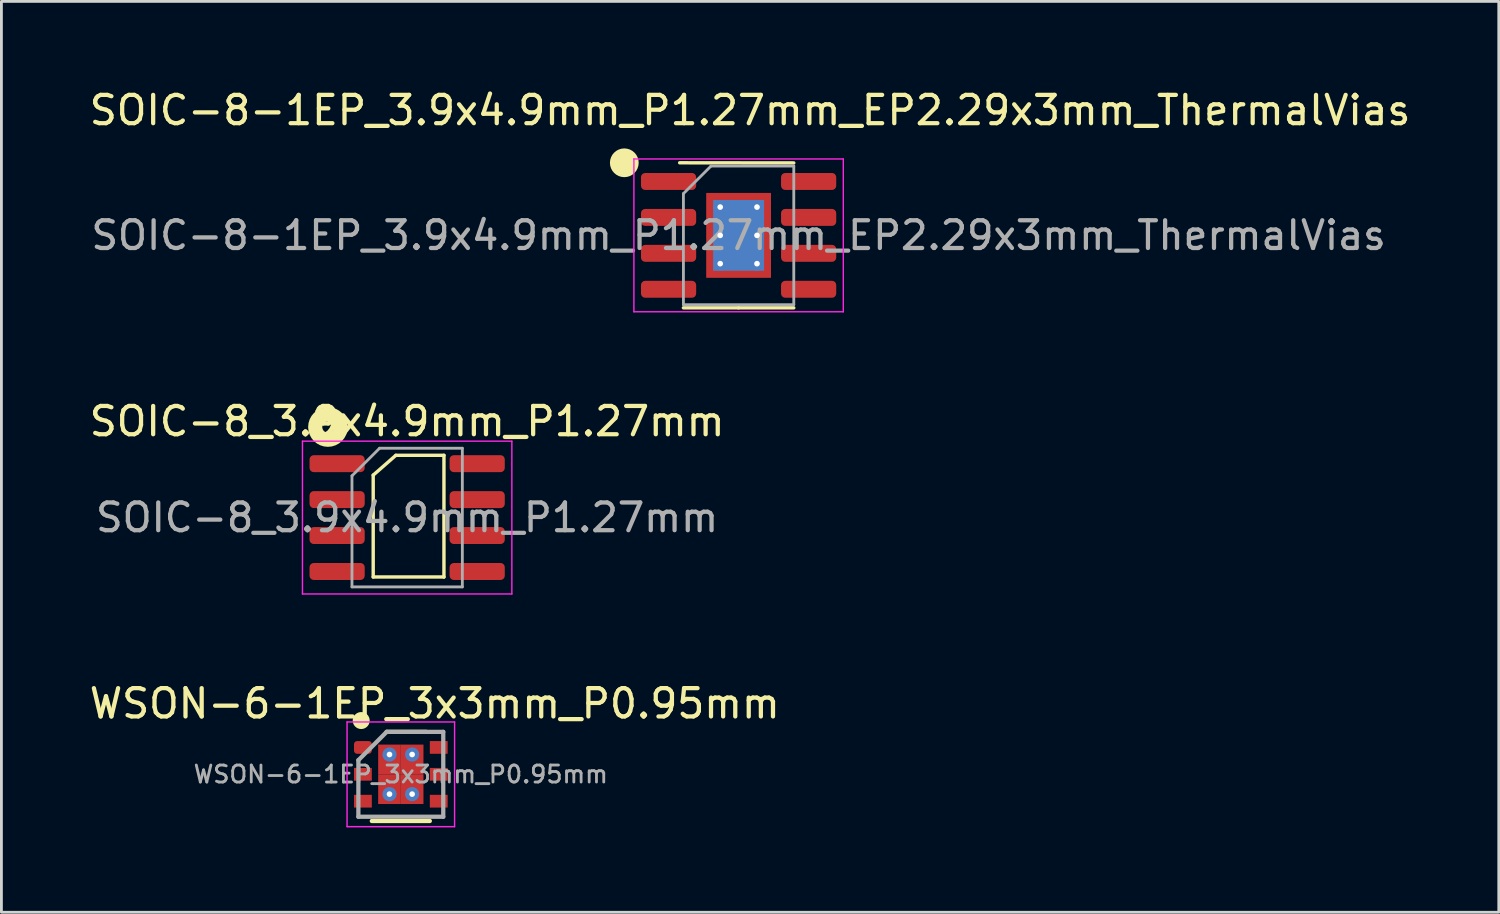
<source format=kicad_pcb>
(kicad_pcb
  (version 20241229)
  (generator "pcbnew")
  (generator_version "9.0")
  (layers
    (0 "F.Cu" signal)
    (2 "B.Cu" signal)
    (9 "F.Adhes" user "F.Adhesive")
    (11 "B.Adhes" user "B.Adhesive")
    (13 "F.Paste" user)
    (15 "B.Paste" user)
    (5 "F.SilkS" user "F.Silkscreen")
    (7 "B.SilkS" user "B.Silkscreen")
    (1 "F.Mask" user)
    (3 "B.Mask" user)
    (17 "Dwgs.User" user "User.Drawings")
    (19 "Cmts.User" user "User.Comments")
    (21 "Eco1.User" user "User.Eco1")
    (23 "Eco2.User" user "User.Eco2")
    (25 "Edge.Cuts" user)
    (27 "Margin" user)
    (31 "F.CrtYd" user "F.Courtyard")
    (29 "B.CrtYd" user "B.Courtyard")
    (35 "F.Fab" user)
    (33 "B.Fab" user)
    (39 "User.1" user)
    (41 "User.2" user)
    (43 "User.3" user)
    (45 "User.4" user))
  (footprint "SOIC-8-1EP_3.9x4.9mm_P1.27mm_EP2.29x3mm_ThermalVias"
    (layer "F.Cu")
    (at 23.052 5.268)
    (property "Reference" "SOIC-8-1EP_3.9x4.9mm_P1.27mm_EP2.29x3mm_ThermalVias" (at 0.406 -4.42 0) (layer "F.SilkS") (effects (font (size 1 1) (thickness 0.15))))
    (attr smd)
    (fp_line (start -2.083 -2.565) (end 1.95 -2.56) (stroke (width 0.12) (type solid)) (layer "F.SilkS"))
    (fp_line (start 0 2.56) (end -1.95 2.56) (stroke (width 0.12) (type solid)) (layer "F.SilkS"))
    (fp_line (start 0 2.56) (end 1.95 2.56) (stroke (width 0.12) (type solid)) (layer "F.SilkS"))
    (fp_circle (center -4.039 -2.565) (end -3.785 -2.565) (stroke (width 0.508) (type solid)) (fill no) (layer "F.SilkS"))
    (fp_line (start -3.7 -2.7) (end -3.7 2.7) (stroke (width 0.05) (type solid)) (layer "F.CrtYd"))
    (fp_line (start -3.7 2.7) (end 3.7 2.7) (stroke (width 0.05) (type solid)) (layer "F.CrtYd"))
    (fp_line (start 3.7 -2.7) (end -3.7 -2.7) (stroke (width 0.05) (type solid)) (layer "F.CrtYd"))
    (fp_line (start 3.7 2.7) (end 3.7 -2.7) (stroke (width 0.05) (type solid)) (layer "F.CrtYd"))
    (fp_line (start -1.95 -1.475) (end -0.975 -2.45) (stroke (width 0.1) (type solid)) (layer "F.Fab"))
    (fp_line (start -1.95 2.45) (end -1.95 -1.475) (stroke (width 0.1) (type solid)) (layer "F.Fab"))
    (fp_line (start -0.975 -2.45) (end 1.95 -2.45) (stroke (width 0.1) (type solid)) (layer "F.Fab"))
    (fp_line (start 1.95 -2.45) (end 1.95 2.45) (stroke (width 0.1) (type solid)) (layer "F.Fab"))
    (fp_line (start 1.95 2.45) (end -1.95 2.45) (stroke (width 0.1) (type solid)) (layer "F.Fab"))
    (fp_text user "${REFERENCE}" (at 0 0 0) (layer "F.Fab") (effects (font (size 0.98 0.98) (thickness 0.15))))
    (pad "" smd roundrect (at -0.57 -0.75) (size 0.96 1.25) (layers "F.Paste") (roundrect_rratio 0.25))
    (pad "" smd roundrect (at -0.57 0.75) (size 0.96 1.25) (layers "F.Paste") (roundrect_rratio 0.25))
    (pad "" smd roundrect (at 0.57 -0.75) (size 0.96 1.25) (layers "F.Paste") (roundrect_rratio 0.25))
    (pad "" smd roundrect (at 0.57 0.75) (size 0.96 1.25) (layers "F.Paste") (roundrect_rratio 0.25))
    (pad "1" smd roundrect (at -2.475 -1.905) (size 1.95 0.6) (layers "F.Cu" "F.Mask" "F.Paste") (roundrect_rratio 0.25))
    (pad "2" smd roundrect (at -2.475 -0.635) (size 1.95 0.6) (layers "F.Cu" "F.Mask" "F.Paste") (roundrect_rratio 0.25))
    (pad "3" smd roundrect (at -2.475 0.635) (size 1.95 0.6) (layers "F.Cu" "F.Mask" "F.Paste") (roundrect_rratio 0.25))
    (pad "4" smd roundrect (at -2.475 1.905) (size 1.95 0.6) (layers "F.Cu" "F.Mask" "F.Paste") (roundrect_rratio 0.25))
    (pad "5" smd roundrect (at 2.475 1.905) (size 1.95 0.6) (layers "F.Cu" "F.Mask" "F.Paste") (roundrect_rratio 0.25))
    (pad "6" smd roundrect (at 2.475 0.635) (size 1.95 0.6) (layers "F.Cu" "F.Mask" "F.Paste") (roundrect_rratio 0.25))
    (pad "7" smd roundrect (at 2.475 -0.635) (size 1.95 0.6) (layers "F.Cu" "F.Mask" "F.Paste") (roundrect_rratio 0.25))
    (pad "8" smd roundrect (at 2.475 -1.905) (size 1.95 0.6) (layers "F.Cu" "F.Mask" "F.Paste") (roundrect_rratio 0.25))
    (pad "9" thru_hole circle (at -0.65 -1) (size 0.5 0.5) (drill 0.2) (layers "*.Cu"))
    (pad "9" thru_hole circle (at -0.65 0) (size 0.5 0.5) (drill 0.2) (layers "*.Cu"))
    (pad "9" thru_hole circle (at -0.65 1) (size 0.5 0.5) (drill 0.2) (layers "*.Cu"))
    (pad "9" smd rect (at 0 0) (size 1.8 2.5) (layers "B.Cu"))
    (pad "9" smd rect (at 0 0) (size 2.29 3) (layers "F.Cu" "F.Mask"))
    (pad "9" thru_hole circle (at 0.65 -1) (size 0.5 0.5) (drill 0.2) (layers "*.Cu"))
    (pad "9" thru_hole circle (at 0.65 0) (size 0.5 0.5) (drill 0.2) (layers "*.Cu"))
    (pad "9" thru_hole circle (at 0.65 1) (size 0.5 0.5) (drill 0.2) (layers "*.Cu")))
  (footprint "WSON-6-1EP_3x3mm_P0.95mm"
    (layer "F.Cu")
    (at 11.115 24.314)
    (property "Reference" "WSON-6-1EP_3x3mm_P0.95mm" (at 1.2 -2.5 0) (layer "F.SilkS") (effects (font (size 1 1) (thickness 0.15))))
    (attr smd)
    (fp_line (start -1.025 1.65) (end 1.025 1.65) (stroke (width 0.15) (type solid)) (layer "F.SilkS"))
    (fp_line (start -0.5 -1.5) (end 0.9 -1.5) (stroke (width 0.15) (type solid)) (layer "F.SilkS"))
    (fp_circle (center -1.4 -1.9) (end -1.25 -1.9) (stroke (width 0.3) (type solid)) (fill no) (layer "F.SilkS"))
    (fp_line (start -1.9 -1.85) (end -1.9 1.85) (stroke (width 0.05) (type solid)) (layer "F.CrtYd"))
    (fp_line (start -1.9 -1.85) (end 1.9 -1.85) (stroke (width 0.05) (type solid)) (layer "F.CrtYd"))
    (fp_line (start -1.9 1.85) (end 1.9 1.85) (stroke (width 0.05) (type solid)) (layer "F.CrtYd"))
    (fp_line (start 1.9 -1.85) (end 1.9 1.85) (stroke (width 0.05) (type solid)) (layer "F.CrtYd"))
    (fp_line (start -1.5 -0.5) (end -0.5 -1.5) (stroke (width 0.15) (type solid)) (layer "F.Fab"))
    (fp_line (start -1.5 1.5) (end -1.5 -0.5) (stroke (width 0.15) (type solid)) (layer "F.Fab"))
    (fp_line (start -0.5 -1.5) (end 1.5 -1.5) (stroke (width 0.15) (type solid)) (layer "F.Fab"))
    (fp_line (start 1.5 -1.5) (end 1.5 1.5) (stroke (width 0.15) (type solid)) (layer "F.Fab"))
    (fp_line (start 1.5 1.5) (end -1.5 1.5) (stroke (width 0.15) (type solid)) (layer "F.Fab"))
    (fp_text user "${REFERENCE}" (at 0 0 0) (layer "F.Fab") (effects (font (size 0.6 0.6) (thickness 0.1))))
    (pad "1" smd roundrect (at -1.34 -0.95) (size 0.63 0.45) (layers "F.Cu" "F.Mask" "F.Paste") (roundrect_rratio 0.25))
    (pad "2" smd rect (at -1.34 0) (size 0.63 0.45) (layers "F.Cu" "F.Mask" "F.Paste"))
    (pad "3" smd rect (at -1.34 0.95) (size 0.63 0.45) (layers "F.Cu" "F.Mask" "F.Paste"))
    (pad "4" smd rect (at 1.34 0.95) (size 0.63 0.45) (layers "F.Cu" "F.Mask" "F.Paste"))
    (pad "5" smd rect (at 1.34 0) (size 0.63 0.45) (layers "F.Cu" "F.Mask" "F.Paste"))
    (pad "6" smd rect (at 1.34 -0.95) (size 0.63 0.45) (layers "F.Cu" "F.Mask" "F.Paste"))
    (pad "7" thru_hole circle (at -0.4 -0.7) (size 0.5 0.5) (drill 0.2) (layers "*.Cu" "*.Mask"))
    (pad "7" smd rect (at -0.4 -0.525) (size 0.8 1.05) (layers "F.Cu" "F.Mask" "F.Paste"))
    (pad "7" smd rect (at -0.4 0.525) (size 0.8 1.05) (layers "F.Cu" "F.Mask" "F.Paste"))
    (pad "7" thru_hole circle (at -0.4 0.7) (size 0.5 0.5) (drill 0.2) (layers "*.Cu" "*.Mask"))
    (pad "7" thru_hole circle (at 0.4 -0.7) (size 0.5 0.5) (drill 0.2) (layers "*.Cu" "*.Mask"))
    (pad "7" smd rect (at 0.4 -0.525) (size 0.8 1.05) (layers "F.Cu" "F.Mask" "F.Paste"))
    (pad "7" smd rect (at 0.4 0.525) (size 0.8 1.05) (layers "F.Cu" "F.Mask" "F.Paste"))
    (pad "7" thru_hole circle (at 0.4 0.7) (size 0.5 0.5) (drill 0.2) (layers "*.Cu" "*.Mask")))
  (footprint "SOIC-8_3.9x4.9mm_P1.27mm"
    (layer "F.Cu")
    (at 11.339 15.241)
    (property "Reference" "SOIC-8_3.9x4.9mm_P1.27mm" (at 0 -3.4 0) (layer "F.SilkS") (effects (font (size 1 1) (thickness 0.15))))
    (attr smd)
    (fp_line (start -1.2 -1.5) (end -0.4 -2.2) (stroke (width 0.12) (type solid)) (layer "F.SilkS"))
    (fp_line (start -1.2 2.1) (end -1.2 -1.5) (stroke (width 0.12) (type solid)) (layer "F.SilkS"))
    (fp_line (start -0.4 -2.2) (end 1.3 -2.2) (stroke (width 0.12) (type solid)) (layer "F.SilkS"))
    (fp_line (start 1.3 -2.2) (end 1.3 2.1) (stroke (width 0.12) (type solid)) (layer "F.SilkS"))
    (fp_line (start 1.3 2.1) (end -1.2 2.1) (stroke (width 0.12) (type solid)) (layer "F.SilkS"))
    (fp_circle (center -2.8 -3.2) (end -2.6 -3.2) (stroke (width 0.5) (type solid)) (fill no) (layer "F.SilkS"))
    (fp_line (start -3.7 -2.7) (end -3.7 2.7) (stroke (width 0.05) (type solid)) (layer "F.CrtYd"))
    (fp_line (start -3.7 2.7) (end 3.7 2.7) (stroke (width 0.05) (type solid)) (layer "F.CrtYd"))
    (fp_line (start 3.7 -2.7) (end -3.7 -2.7) (stroke (width 0.05) (type solid)) (layer "F.CrtYd"))
    (fp_line (start 3.7 2.7) (end 3.7 -2.7) (stroke (width 0.05) (type solid)) (layer "F.CrtYd"))
    (fp_line (start -1.95 -1.475) (end -0.975 -2.45) (stroke (width 0.1) (type solid)) (layer "F.Fab"))
    (fp_line (start -1.95 2.45) (end -1.95 -1.475) (stroke (width 0.1) (type solid)) (layer "F.Fab"))
    (fp_line (start -0.975 -2.45) (end 1.95 -2.45) (stroke (width 0.1) (type solid)) (layer "F.Fab"))
    (fp_line (start 1.95 -2.45) (end 1.95 2.45) (stroke (width 0.1) (type solid)) (layer "F.Fab"))
    (fp_line (start 1.95 2.45) (end -1.95 2.45) (stroke (width 0.1) (type solid)) (layer "F.Fab"))
    (fp_text user "${REFERENCE}" (at 0 0 0) (layer "F.Fab") (effects (font (size 0.98 0.98) (thickness 0.15))))
    (pad "1" smd roundrect (at -2.475 -1.905) (size 1.95 0.6) (layers "F.Cu" "F.Mask" "F.Paste") (roundrect_rratio 0.25))
    (pad "2" smd roundrect (at -2.475 -0.635) (size 1.95 0.6) (layers "F.Cu" "F.Mask" "F.Paste") (roundrect_rratio 0.25))
    (pad "3" smd roundrect (at -2.475 0.635) (size 1.95 0.6) (layers "F.Cu" "F.Mask" "F.Paste") (roundrect_rratio 0.25))
    (pad "4" smd roundrect (at -2.475 1.905) (size 1.95 0.6) (layers "F.Cu" "F.Mask" "F.Paste") (roundrect_rratio 0.25))
    (pad "5" smd roundrect (at 2.475 1.905) (size 1.95 0.6) (layers "F.Cu" "F.Mask" "F.Paste") (roundrect_rratio 0.25))
    (pad "6" smd roundrect (at 2.475 0.635) (size 1.95 0.6) (layers "F.Cu" "F.Mask" "F.Paste") (roundrect_rratio 0.25))
    (pad "7" smd roundrect (at 2.475 -0.635) (size 1.95 0.6) (layers "F.Cu" "F.Mask" "F.Paste") (roundrect_rratio 0.25))
    (pad "8" smd roundrect (at 2.475 -1.905) (size 1.95 0.6) (layers "F.Cu" "F.Mask" "F.Paste") (roundrect_rratio 0.25)))
  (gr_rect
    (start -3 -3)
    (end 49.917 29.189)
    (stroke (width 0.1) (type default))
    (fill no)
    (layer "Edge.Cuts")))
</source>
